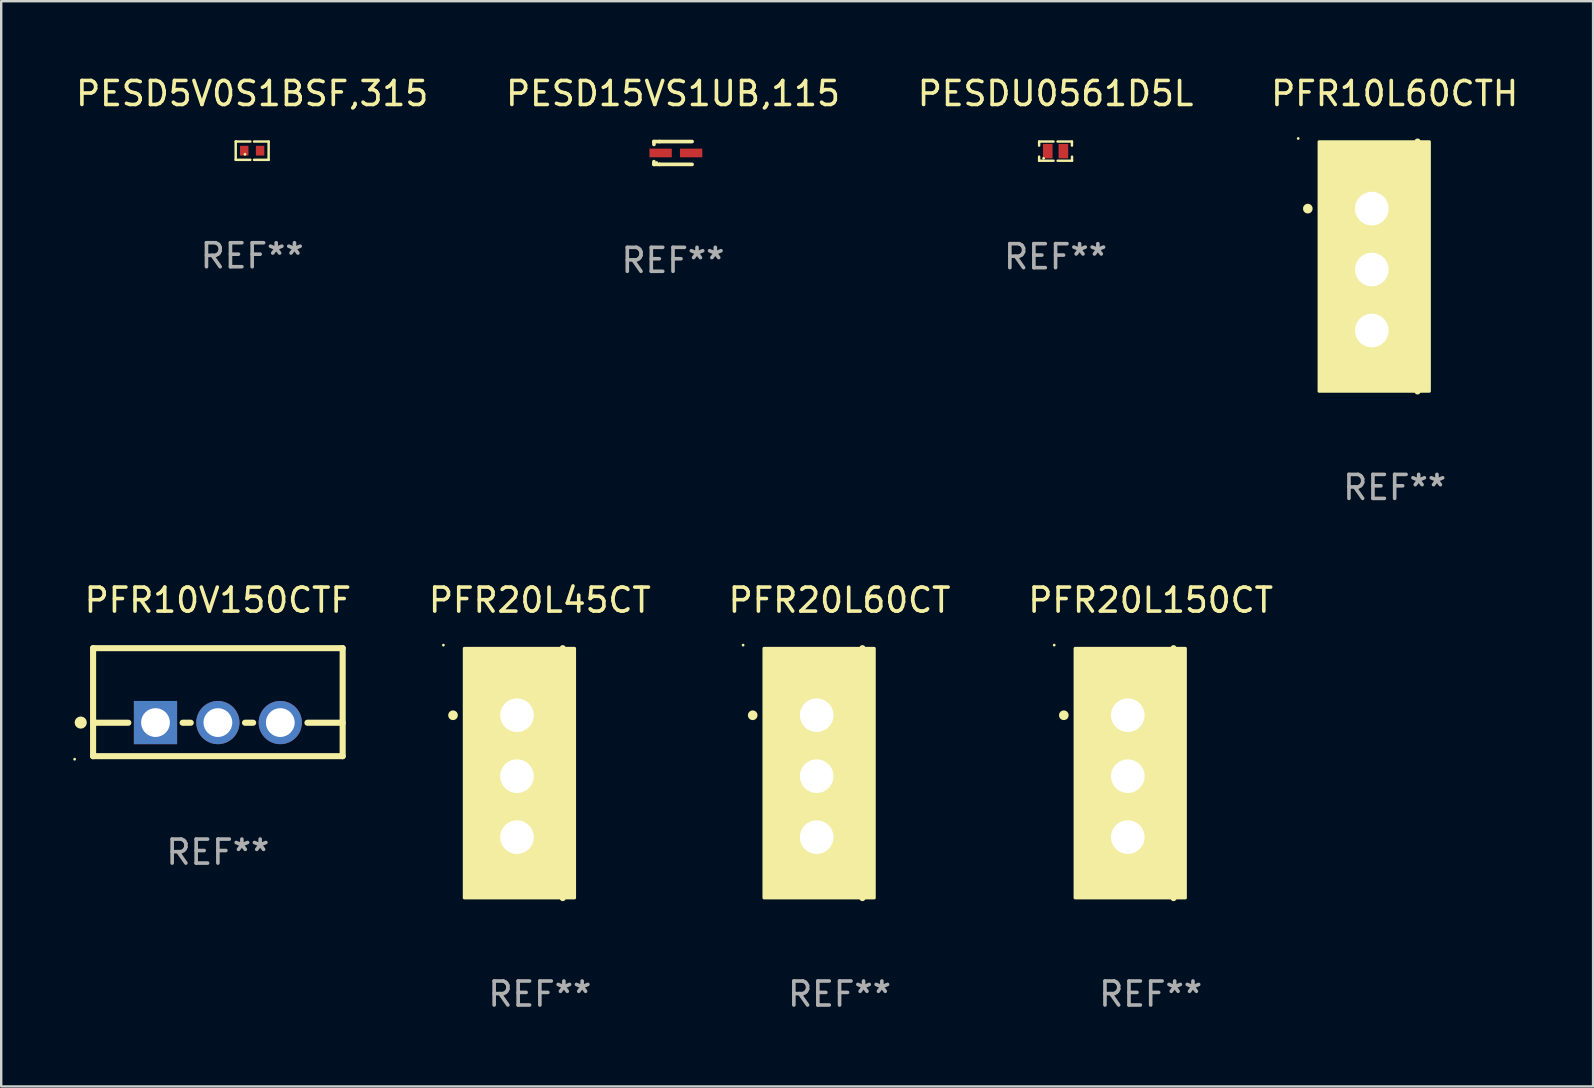
<source format=kicad_pcb>
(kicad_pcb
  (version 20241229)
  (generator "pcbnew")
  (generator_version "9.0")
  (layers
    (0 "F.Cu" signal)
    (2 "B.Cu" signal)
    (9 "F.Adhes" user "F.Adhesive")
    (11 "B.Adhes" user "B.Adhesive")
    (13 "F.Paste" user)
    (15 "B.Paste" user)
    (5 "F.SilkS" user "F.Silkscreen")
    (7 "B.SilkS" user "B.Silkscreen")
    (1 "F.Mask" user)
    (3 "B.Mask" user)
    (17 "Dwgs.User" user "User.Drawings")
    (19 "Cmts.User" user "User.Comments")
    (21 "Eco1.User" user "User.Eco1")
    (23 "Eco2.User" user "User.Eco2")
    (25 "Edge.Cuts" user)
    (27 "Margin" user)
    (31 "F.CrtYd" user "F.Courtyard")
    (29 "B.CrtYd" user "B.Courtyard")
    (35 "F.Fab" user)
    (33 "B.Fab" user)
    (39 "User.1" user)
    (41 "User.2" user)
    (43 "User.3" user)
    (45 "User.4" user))
  (footprint "PFR20L45CT"
    (layer "F.Cu")
    (at 19.446 29.166)
    (property "Reference" "PFR20L45CT" (at 0 -7.207 0) (layer "F.SilkS") (effects (font (size 1 1) (thickness 0.15))))
    (attr through_hole)
    (fp_line (start 0.953 5.207) (end 0.953 -5.207) (stroke (width 0.254) (type solid)) (layer "F.SilkS"))
    (fp_arc (start -3.619507 -2.410465) (mid -3.619511 -2.411735) (end -3.619507 -2.413005) (stroke (width 0.4) (type solid)) (layer "F.SilkS"))
    (fp_circle (center -4.02 -5.334) (end -3.99 -5.334) (stroke (width 0.06) (type solid)) (fill no) (layer "F.SilkS"))
    (fp_poly (pts (xy -3.152 -5.2) (xy 1.448 -5.2) (xy 1.448 5.2) (xy -3.152 5.2)) (stroke (width 0.12) (type solid)) (fill yes) (layer "F.SilkS"))
    (fp_text user "REF**" (at 0 9.207 0) (layer "F.Fab") (effects (font (size 1 1) (thickness 0.15))))
    (pad "1" thru_hole rect (at -0.953 -2.413 270) (size 2 2.5) (drill 1.4) (layers "*.Cu" "*.Mask"))
    (pad "2" thru_hole oval (at -0.953 0.127 270) (size 2 2.5) (drill 1.4) (layers "*.Cu" "*.Mask"))
    (pad "3" thru_hole oval (at -0.953 2.667 270) (size 2 2.5) (drill 1.4) (layers "*.Cu" "*.Mask")))
  (footprint "PFR10L60CTH"
    (layer "F.Cu")
    (at 55.065 8.055)
    (property "Reference" "PFR10L60CTH" (at 0 -7.207 0) (layer "F.SilkS") (effects (font (size 1 1) (thickness 0.15))))
    (attr through_hole)
    (fp_line (start 0.953 5.207) (end 0.953 -5.207) (stroke (width 0.254) (type solid)) (layer "F.SilkS"))
    (fp_arc (start -3.619507 -2.410465) (mid -3.619511 -2.411735) (end -3.619507 -2.413005) (stroke (width 0.4) (type solid)) (layer "F.SilkS"))
    (fp_circle (center -4.02 -5.334) (end -3.99 -5.334) (stroke (width 0.06) (type solid)) (fill no) (layer "F.SilkS"))
    (fp_poly (pts (xy -3.152 -5.2) (xy 1.448 -5.2) (xy 1.448 5.2) (xy -3.152 5.2)) (stroke (width 0.12) (type solid)) (fill yes) (layer "F.SilkS"))
    (fp_text user "REF**" (at 0 9.207 0) (layer "F.Fab") (effects (font (size 1 1) (thickness 0.15))))
    (pad "1" thru_hole rect (at -0.953 -2.413 270) (size 2 2.5) (drill 1.4) (layers "*.Cu" "*.Mask"))
    (pad "2" thru_hole oval (at -0.953 0.127 270) (size 2 2.5) (drill 1.4) (layers "*.Cu" "*.Mask"))
    (pad "3" thru_hole oval (at -0.953 2.667 270) (size 2 2.5) (drill 1.4) (layers "*.Cu" "*.Mask")))
  (footprint "PFR20L60CT"
    (layer "F.Cu")
    (at 31.934 29.166)
    (property "Reference" "PFR20L60CT" (at 0 -7.207 0) (layer "F.SilkS") (effects (font (size 1 1) (thickness 0.15))))
    (attr through_hole)
    (fp_line (start 0.953 5.207) (end 0.953 -5.207) (stroke (width 0.254) (type solid)) (layer "F.SilkS"))
    (fp_arc (start -3.619507 -2.410465) (mid -3.619511 -2.411735) (end -3.619507 -2.413005) (stroke (width 0.4) (type solid)) (layer "F.SilkS"))
    (fp_circle (center -4.02 -5.334) (end -3.99 -5.334) (stroke (width 0.06) (type solid)) (fill no) (layer "F.SilkS"))
    (fp_poly (pts (xy -3.152 -5.2) (xy 1.448 -5.2) (xy 1.448 5.2) (xy -3.152 5.2)) (stroke (width 0.12) (type solid)) (fill yes) (layer "F.SilkS"))
    (fp_text user "REF**" (at 0 9.207 0) (layer "F.Fab") (effects (font (size 1 1) (thickness 0.15))))
    (pad "1" thru_hole rect (at -0.953 -2.413 270) (size 2 2.5) (drill 1.4) (layers "*.Cu" "*.Mask"))
    (pad "2" thru_hole oval (at -0.953 0.127 270) (size 2 2.5) (drill 1.4) (layers "*.Cu" "*.Mask"))
    (pad "3" thru_hole oval (at -0.953 2.667 270) (size 2 2.5) (drill 1.4) (layers "*.Cu" "*.Mask")))
  (footprint "PESDU0561D5L"
    (layer "F.Cu")
    (at 40.935 3.248)
    (property "Reference" "PESDU0561D5L" (at 0 -2.4 0) (layer "F.SilkS") (effects (font (size 1 1) (thickness 0.15))))
    (attr through_hole)
    (fp_line (start -0.685 -0.4) (end -0.685 -0.23) (stroke (width 0.102) (type solid)) (layer "F.SilkS"))
    (fp_line (start -0.685 0.4) (end -0.685 0.23) (stroke (width 0.102) (type solid)) (layer "F.SilkS"))
    (fp_line (start -0.085 -0.4) (end -0.685 -0.4) (stroke (width 0.102) (type solid)) (layer "F.SilkS"))
    (fp_line (start -0.085 0.4) (end -0.685 0.4) (stroke (width 0.102) (type solid)) (layer "F.SilkS"))
    (fp_line (start 0.082 -0.4) (end 0.682 -0.4) (stroke (width 0.102) (type solid)) (layer "F.SilkS"))
    (fp_line (start 0.085 0.4) (end 0.685 0.4) (stroke (width 0.102) (type solid)) (layer "F.SilkS"))
    (fp_line (start 0.682 -0.4) (end 0.682 -0.23) (stroke (width 0.102) (type solid)) (layer "F.SilkS"))
    (fp_line (start 0.685 0.4) (end 0.685 0.23) (stroke (width 0.102) (type solid)) (layer "F.SilkS"))
    (fp_circle (center -0.5 0.3) (end -0.47 0.3) (stroke (width 0.06) (type solid)) (fill no) (layer "F.SilkS"))
    (fp_text user "REF**" (at 0 4.4 0) (layer "F.Fab") (effects (font (size 1 1) (thickness 0.15))))
    (pad "1" smd rect (at -0.325 0) (size 0.4 0.6) (layers "F.Cu" "F.Mask" "F.Paste"))
    (pad "2" smd rect (at 0.325 0) (size 0.4 0.6) (layers "F.Cu" "F.Mask" "F.Paste")))
  (footprint "PFR20L150CT"
    (layer "F.Cu")
    (at 44.898 29.166)
    (property "Reference" "PFR20L150CT" (at 0 -7.207 0) (layer "F.SilkS") (effects (font (size 1 1) (thickness 0.15))))
    (attr through_hole)
    (fp_line (start 0.953 5.207) (end 0.953 -5.207) (stroke (width 0.254) (type solid)) (layer "F.SilkS"))
    (fp_arc (start -3.619507 -2.410465) (mid -3.619511 -2.411735) (end -3.619507 -2.413005) (stroke (width 0.4) (type solid)) (layer "F.SilkS"))
    (fp_circle (center -4.02 -5.334) (end -3.99 -5.334) (stroke (width 0.06) (type solid)) (fill no) (layer "F.SilkS"))
    (fp_poly (pts (xy -3.152 -5.2) (xy 1.448 -5.2) (xy 1.448 5.2) (xy -3.152 5.2)) (stroke (width 0.12) (type solid)) (fill yes) (layer "F.SilkS"))
    (fp_text user "REF**" (at 0 9.207 0) (layer "F.Fab") (effects (font (size 1 1) (thickness 0.15))))
    (pad "1" thru_hole rect (at -0.953 -2.413 270) (size 2 2.5) (drill 1.4) (layers "*.Cu" "*.Mask"))
    (pad "2" thru_hole oval (at -0.953 0.127 270) (size 2 2.5) (drill 1.4) (layers "*.Cu" "*.Mask"))
    (pad "3" thru_hole oval (at -0.953 2.667 270) (size 2 2.5) (drill 1.4) (layers "*.Cu" "*.Mask")))
  (footprint "PESD5V0S1BSF,315"
    (layer "F.Cu")
    (at 7.458 3.229)
    (property "Reference" "PESD5V0S1BSF,315" (at 0 -2.381 0) (layer "F.SilkS") (effects (font (size 1 1) (thickness 0.15))))
    (attr through_hole)
    (fp_line (start -0.686 -0.381) (end -0.686 0.381) (stroke (width 0.102) (type solid)) (layer "F.SilkS"))
    (fp_line (start -0.686 0.381) (end -0.076 0.381) (stroke (width 0.102) (type solid)) (layer "F.SilkS"))
    (fp_line (start -0.66 -0.381) (end -0.686 -0.381) (stroke (width 0.102) (type solid)) (layer "F.SilkS"))
    (fp_line (start -0.076 -0.381) (end -0.66 -0.381) (stroke (width 0.102) (type solid)) (layer "F.SilkS"))
    (fp_line (start 0.076 0.381) (end 0.66 0.381) (stroke (width 0.102) (type solid)) (layer "F.SilkS"))
    (fp_line (start 0.66 0.381) (end 0.686 0.381) (stroke (width 0.102) (type solid)) (layer "F.SilkS"))
    (fp_line (start 0.686 -0.381) (end 0.076 -0.381) (stroke (width 0.102) (type solid)) (layer "F.SilkS"))
    (fp_line (start 0.686 0.381) (end 0.686 -0.381) (stroke (width 0.102) (type solid)) (layer "F.SilkS"))
    (fp_circle (center -0.3 0.15) (end -0.27 0.15) (stroke (width 0.06) (type solid)) (fill no) (layer "F.SilkS"))
    (fp_text user "REF**" (at 0 4.381 0) (layer "F.Fab") (effects (font (size 1 1) (thickness 0.15))))
    (pad "1" smd rect (at -0.33 0) (size 0.351 0.406) (layers "F.Cu" "F.Mask" "F.Paste"))
    (pad "2" smd rect (at 0.33 0) (size 0.351 0.406) (layers "F.Cu" "F.Mask" "F.Paste")))
  (footprint "PESD15VS1UB,115"
    (layer "F.Cu")
    (at 24.994 3.324)
    (property "Reference" "PESD15VS1UB,115" (at 0 -2.476 0) (layer "F.SilkS") (effects (font (size 1 1) (thickness 0.15))))
    (attr through_hole)
    (fp_line (start -0.795 -0.476) (end -0.795 -0.356) (stroke (width 0.152) (type solid)) (layer "F.SilkS"))
    (fp_line (start -0.795 0.363) (end -0.795 0.476) (stroke (width 0.152) (type solid)) (layer "F.SilkS"))
    (fp_line (start -0.795 0.476) (end -0.557 0.476) (stroke (width 0.152) (type solid)) (layer "F.SilkS"))
    (fp_line (start -0.557 -0.476) (end -0.795 -0.476) (stroke (width 0.152) (type solid)) (layer "F.SilkS"))
    (fp_line (start -0.557 -0.476) (end 0.795 -0.476) (stroke (width 0.152) (type solid)) (layer "F.SilkS"))
    (fp_line (start -0.557 0.476) (end 0.795 0.476) (stroke (width 0.152) (type solid)) (layer "F.SilkS"))
    (fp_circle (center -0.681 0.4) (end -0.651 0.4) (stroke (width 0.06) (type solid)) (fill no) (layer "F.SilkS"))
    (fp_text user "REF**" (at 0 4.476 0) (layer "F.Fab") (effects (font (size 1 1) (thickness 0.15))))
    (pad "1" smd rect (at -0.516 0 180) (size 0.93 0.36) (layers "F.Cu" "F.Mask" "F.Paste"))
    (pad "2" smd rect (at 0.754 0 180) (size 0.93 0.36) (layers "F.Cu" "F.Mask" "F.Paste")))
  (footprint "PFR10V150CTF"
    (layer "F.Cu")
    (at 6.029 26.209)
    (property "Reference" "PFR10V150CTF" (at 0 -4.25 0) (layer "F.SilkS") (effects (font (size 1 1) (thickness 0.15))))
    (attr through_hole)
    (fp_line (start -5.2 -2.25) (end -5.2 2.25) (stroke (width 0.254) (type solid)) (layer "F.SilkS"))
    (fp_line (start -5.2 -2.25) (end 5.2 -2.25) (stroke (width 0.254) (type solid)) (layer "F.SilkS"))
    (fp_line (start -5.2 0.857) (end -3.731 0.857) (stroke (width 0.254) (type solid)) (layer "F.SilkS"))
    (fp_line (start -5.2 2.25) (end 5.2 2.25) (stroke (width 0.254) (type solid)) (layer "F.SilkS"))
    (fp_line (start -1.469 0.857) (end -1.131 0.857) (stroke (width 0.254) (type solid)) (layer "F.SilkS"))
    (fp_line (start 1.131 0.857) (end 1.469 0.857) (stroke (width 0.254) (type solid)) (layer "F.SilkS"))
    (fp_line (start 3.731 0.857) (end 5.2 0.857) (stroke (width 0.254) (type solid)) (layer "F.SilkS"))
    (fp_line (start 5.2 -2.25) (end 5.2 2.25) (stroke (width 0.254) (type solid)) (layer "F.SilkS"))
    (fp_circle (center -5.969 2.377) (end -5.939 2.377) (stroke (width 0.06) (type solid)) (fill no) (layer "F.SilkS"))
    (fp_circle (center -5.715 0.85) (end -5.588 0.85) (stroke (width 0.254) (type solid)) (fill no) (layer "F.SilkS"))
    (fp_text user "REF**" (at 0 6.25 0) (layer "F.Fab") (effects (font (size 1 1) (thickness 0.15))))
    (pad "1" thru_hole rect (at -2.6 0.85) (size 1.8 1.8) (drill 1.2) (layers "*.Cu" "*.Mask"))
    (pad "2" thru_hole circle (at 0 0.85) (size 1.8 1.8) (drill 1.2) (layers "*.Cu" "*.Mask"))
    (pad "3" thru_hole circle (at 2.6 0.85) (size 1.8 1.8) (drill 1.2) (layers "*.Cu" "*.Mask")))
  (gr_rect
    (start -3 -3)
    (end 63.333 42.221)
    (stroke (width 0.1) (type default))
    (fill no)
    (layer "Edge.Cuts")))
</source>
